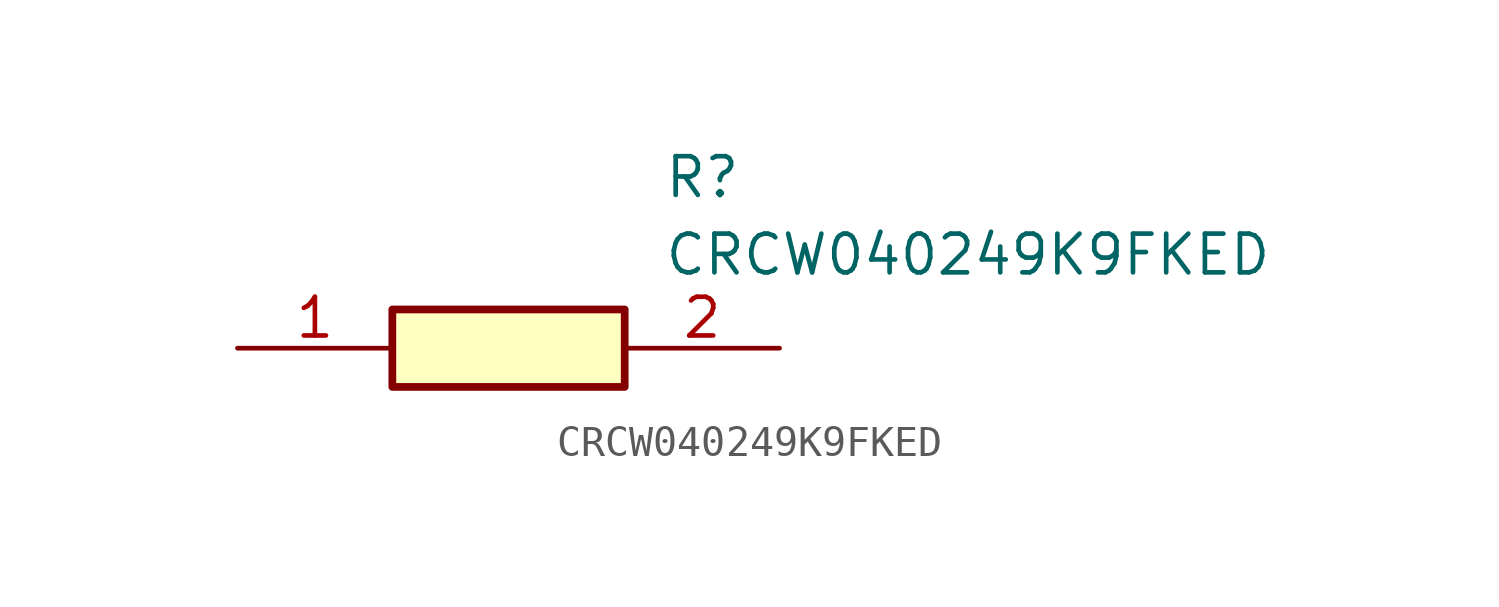
<source format=kicad_sym>
(kicad_symbol_lib
  (version 20211014)
  (generator SamacSys_ECAD_Model)
  (symbol "CRCW040249K9FKED"
    (pin_names hide)
    (property "Reference" "R"
      (at 13.97 6.35 0)
      (effects (font (size 1.27 1.27)) (justify left top)))
    (property "Value" "CRCW040249K9FKED"
      (at 13.97 3.81 0)
      (effects (font (size 1.27 1.27)) (justify left top)))
    (rectangle
      (start 5.08 1.27)
      (end 12.7 -1.27)
      (stroke (width 0.254) (type default))
      (fill (type background)))
    (pin passive line
      (at 0 0 0)
      (length 5.08)
      (name "1" (effects (font (size 1.27 1.27))))
      (number "1" (effects (font (size 1.27 1.27)))))
    (pin passive line
      (at 17.78 0 180)
      (length 5.08)
      (name "2" (effects (font (size 1.27 1.27))))
      (number "2" (effects (font (size 1.27 1.27)))))))
</source>
